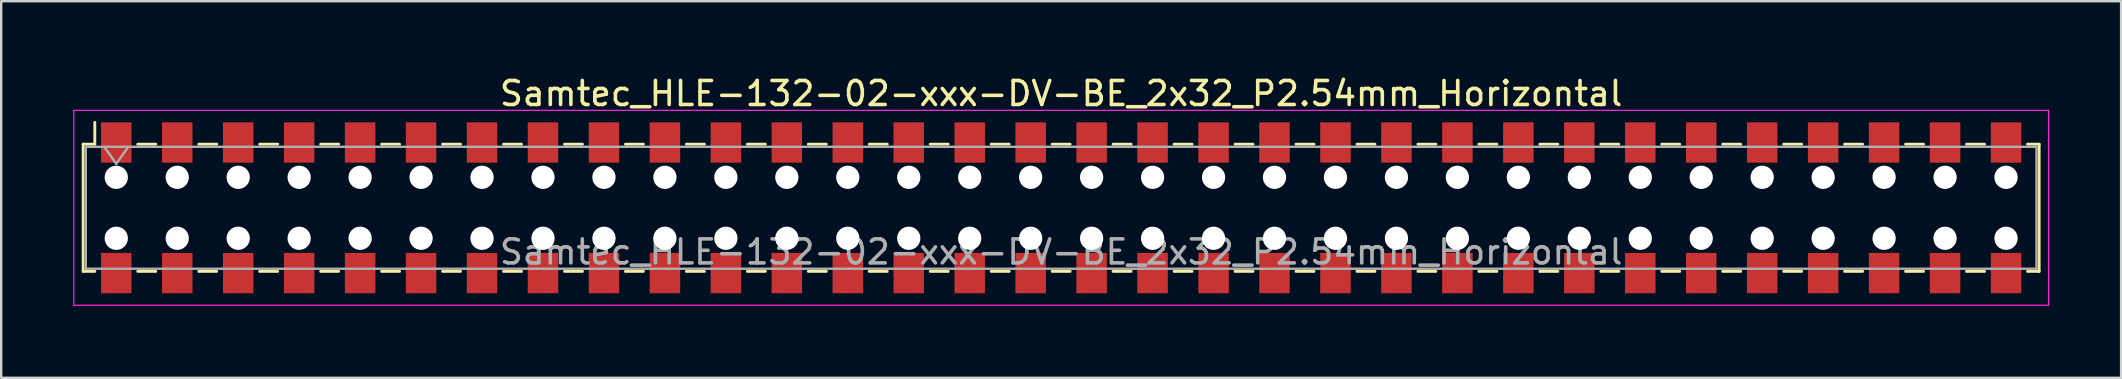
<source format=kicad_pcb>
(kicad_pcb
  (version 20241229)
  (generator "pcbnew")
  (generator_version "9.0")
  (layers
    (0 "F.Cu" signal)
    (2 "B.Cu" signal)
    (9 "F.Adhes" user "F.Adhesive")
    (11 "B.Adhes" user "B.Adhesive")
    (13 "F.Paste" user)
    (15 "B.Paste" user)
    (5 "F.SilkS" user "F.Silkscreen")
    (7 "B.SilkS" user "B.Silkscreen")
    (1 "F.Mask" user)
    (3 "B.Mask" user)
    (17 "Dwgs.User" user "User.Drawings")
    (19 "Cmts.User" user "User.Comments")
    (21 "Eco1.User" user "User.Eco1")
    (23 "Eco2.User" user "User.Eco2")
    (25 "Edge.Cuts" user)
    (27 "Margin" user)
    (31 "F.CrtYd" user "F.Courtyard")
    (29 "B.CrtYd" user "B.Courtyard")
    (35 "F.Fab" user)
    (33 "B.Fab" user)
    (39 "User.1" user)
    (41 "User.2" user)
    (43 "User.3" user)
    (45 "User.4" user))
  (footprint "Samtec_HLE-132-02-xxx-DV-BE_2x32_P2.54mm_Horizontal"
    (layer "F.Cu")
    (at 41.165 5.608)
    (property "Reference" "Samtec_HLE-132-02-xxx-DV-BE_2x32_P2.54mm_Horizontal" (at 0 -4.76 0) (layer "F.SilkS") (effects (font (size 1 1) (thickness 0.15))))
    (attr smd)
    (fp_line (start -40.75 -2.65) (end -40.75 2.65) (stroke (width 0.12) (type solid)) (layer "F.SilkS"))
    (fp_line (start -40.75 2.65) (end -40.265 2.65) (stroke (width 0.12) (type solid)) (layer "F.SilkS"))
    (fp_line (start -40.265 -3.56) (end -40.265 -2.65) (stroke (width 0.12) (type solid)) (layer "F.SilkS"))
    (fp_line (start -40.265 -2.65) (end -40.75 -2.65) (stroke (width 0.12) (type solid)) (layer "F.SilkS"))
    (fp_line (start -38.475 -2.65) (end -37.725 -2.65) (stroke (width 0.12) (type solid)) (layer "F.SilkS"))
    (fp_line (start -38.475 2.65) (end -37.725 2.65) (stroke (width 0.12) (type solid)) (layer "F.SilkS"))
    (fp_line (start -35.935 -2.65) (end -35.185 -2.65) (stroke (width 0.12) (type solid)) (layer "F.SilkS"))
    (fp_line (start -35.935 2.65) (end -35.185 2.65) (stroke (width 0.12) (type solid)) (layer "F.SilkS"))
    (fp_line (start -33.395 -2.65) (end -32.645 -2.65) (stroke (width 0.12) (type solid)) (layer "F.SilkS"))
    (fp_line (start -33.395 2.65) (end -32.645 2.65) (stroke (width 0.12) (type solid)) (layer "F.SilkS"))
    (fp_line (start -30.855 -2.65) (end -30.105 -2.65) (stroke (width 0.12) (type solid)) (layer "F.SilkS"))
    (fp_line (start -30.855 2.65) (end -30.105 2.65) (stroke (width 0.12) (type solid)) (layer "F.SilkS"))
    (fp_line (start -28.315 -2.65) (end -27.565 -2.65) (stroke (width 0.12) (type solid)) (layer "F.SilkS"))
    (fp_line (start -28.315 2.65) (end -27.565 2.65) (stroke (width 0.12) (type solid)) (layer "F.SilkS"))
    (fp_line (start -25.775 -2.65) (end -25.025 -2.65) (stroke (width 0.12) (type solid)) (layer "F.SilkS"))
    (fp_line (start -25.775 2.65) (end -25.025 2.65) (stroke (width 0.12) (type solid)) (layer "F.SilkS"))
    (fp_line (start -23.235 -2.65) (end -22.485 -2.65) (stroke (width 0.12) (type solid)) (layer "F.SilkS"))
    (fp_line (start -23.235 2.65) (end -22.485 2.65) (stroke (width 0.12) (type solid)) (layer "F.SilkS"))
    (fp_line (start -20.695 -2.65) (end -19.945 -2.65) (stroke (width 0.12) (type solid)) (layer "F.SilkS"))
    (fp_line (start -20.695 2.65) (end -19.945 2.65) (stroke (width 0.12) (type solid)) (layer "F.SilkS"))
    (fp_line (start -18.155 -2.65) (end -17.405 -2.65) (stroke (width 0.12) (type solid)) (layer "F.SilkS"))
    (fp_line (start -18.155 2.65) (end -17.405 2.65) (stroke (width 0.12) (type solid)) (layer "F.SilkS"))
    (fp_line (start -15.615 -2.65) (end -14.865 -2.65) (stroke (width 0.12) (type solid)) (layer "F.SilkS"))
    (fp_line (start -15.615 2.65) (end -14.865 2.65) (stroke (width 0.12) (type solid)) (layer "F.SilkS"))
    (fp_line (start -13.075 -2.65) (end -12.325 -2.65) (stroke (width 0.12) (type solid)) (layer "F.SilkS"))
    (fp_line (start -13.075 2.65) (end -12.325 2.65) (stroke (width 0.12) (type solid)) (layer "F.SilkS"))
    (fp_line (start -10.535 -2.65) (end -9.785 -2.65) (stroke (width 0.12) (type solid)) (layer "F.SilkS"))
    (fp_line (start -10.535 2.65) (end -9.785 2.65) (stroke (width 0.12) (type solid)) (layer "F.SilkS"))
    (fp_line (start -7.995 -2.65) (end -7.245 -2.65) (stroke (width 0.12) (type solid)) (layer "F.SilkS"))
    (fp_line (start -7.995 2.65) (end -7.245 2.65) (stroke (width 0.12) (type solid)) (layer "F.SilkS"))
    (fp_line (start -5.455 -2.65) (end -4.705 -2.65) (stroke (width 0.12) (type solid)) (layer "F.SilkS"))
    (fp_line (start -5.455 2.65) (end -4.705 2.65) (stroke (width 0.12) (type solid)) (layer "F.SilkS"))
    (fp_line (start -2.915 -2.65) (end -2.165 -2.65) (stroke (width 0.12) (type solid)) (layer "F.SilkS"))
    (fp_line (start -2.915 2.65) (end -2.165 2.65) (stroke (width 0.12) (type solid)) (layer "F.SilkS"))
    (fp_line (start -0.375 -2.65) (end 0.375 -2.65) (stroke (width 0.12) (type solid)) (layer "F.SilkS"))
    (fp_line (start -0.375 2.65) (end 0.375 2.65) (stroke (width 0.12) (type solid)) (layer "F.SilkS"))
    (fp_line (start 2.165 -2.65) (end 2.915 -2.65) (stroke (width 0.12) (type solid)) (layer "F.SilkS"))
    (fp_line (start 2.165 2.65) (end 2.915 2.65) (stroke (width 0.12) (type solid)) (layer "F.SilkS"))
    (fp_line (start 4.705 -2.65) (end 5.455 -2.65) (stroke (width 0.12) (type solid)) (layer "F.SilkS"))
    (fp_line (start 4.705 2.65) (end 5.455 2.65) (stroke (width 0.12) (type solid)) (layer "F.SilkS"))
    (fp_line (start 7.245 -2.65) (end 7.995 -2.65) (stroke (width 0.12) (type solid)) (layer "F.SilkS"))
    (fp_line (start 7.245 2.65) (end 7.995 2.65) (stroke (width 0.12) (type solid)) (layer "F.SilkS"))
    (fp_line (start 9.785 -2.65) (end 10.535 -2.65) (stroke (width 0.12) (type solid)) (layer "F.SilkS"))
    (fp_line (start 9.785 2.65) (end 10.535 2.65) (stroke (width 0.12) (type solid)) (layer "F.SilkS"))
    (fp_line (start 12.325 -2.65) (end 13.075 -2.65) (stroke (width 0.12) (type solid)) (layer "F.SilkS"))
    (fp_line (start 12.325 2.65) (end 13.075 2.65) (stroke (width 0.12) (type solid)) (layer "F.SilkS"))
    (fp_line (start 14.865 -2.65) (end 15.615 -2.65) (stroke (width 0.12) (type solid)) (layer "F.SilkS"))
    (fp_line (start 14.865 2.65) (end 15.615 2.65) (stroke (width 0.12) (type solid)) (layer "F.SilkS"))
    (fp_line (start 17.405 -2.65) (end 18.155 -2.65) (stroke (width 0.12) (type solid)) (layer "F.SilkS"))
    (fp_line (start 17.405 2.65) (end 18.155 2.65) (stroke (width 0.12) (type solid)) (layer "F.SilkS"))
    (fp_line (start 19.945 -2.65) (end 20.695 -2.65) (stroke (width 0.12) (type solid)) (layer "F.SilkS"))
    (fp_line (start 19.945 2.65) (end 20.695 2.65) (stroke (width 0.12) (type solid)) (layer "F.SilkS"))
    (fp_line (start 22.485 -2.65) (end 23.235 -2.65) (stroke (width 0.12) (type solid)) (layer "F.SilkS"))
    (fp_line (start 22.485 2.65) (end 23.235 2.65) (stroke (width 0.12) (type solid)) (layer "F.SilkS"))
    (fp_line (start 25.025 -2.65) (end 25.775 -2.65) (stroke (width 0.12) (type solid)) (layer "F.SilkS"))
    (fp_line (start 25.025 2.65) (end 25.775 2.65) (stroke (width 0.12) (type solid)) (layer "F.SilkS"))
    (fp_line (start 27.565 -2.65) (end 28.315 -2.65) (stroke (width 0.12) (type solid)) (layer "F.SilkS"))
    (fp_line (start 27.565 2.65) (end 28.315 2.65) (stroke (width 0.12) (type solid)) (layer "F.SilkS"))
    (fp_line (start 30.105 -2.65) (end 30.855 -2.65) (stroke (width 0.12) (type solid)) (layer "F.SilkS"))
    (fp_line (start 30.105 2.65) (end 30.855 2.65) (stroke (width 0.12) (type solid)) (layer "F.SilkS"))
    (fp_line (start 32.645 -2.65) (end 33.395 -2.65) (stroke (width 0.12) (type solid)) (layer "F.SilkS"))
    (fp_line (start 32.645 2.65) (end 33.395 2.65) (stroke (width 0.12) (type solid)) (layer "F.SilkS"))
    (fp_line (start 35.185 -2.65) (end 35.935 -2.65) (stroke (width 0.12) (type solid)) (layer "F.SilkS"))
    (fp_line (start 35.185 2.65) (end 35.935 2.65) (stroke (width 0.12) (type solid)) (layer "F.SilkS"))
    (fp_line (start 37.725 -2.65) (end 38.475 -2.65) (stroke (width 0.12) (type solid)) (layer "F.SilkS"))
    (fp_line (start 37.725 2.65) (end 38.475 2.65) (stroke (width 0.12) (type solid)) (layer "F.SilkS"))
    (fp_line (start 40.265 -2.65) (end 40.75 -2.65) (stroke (width 0.12) (type solid)) (layer "F.SilkS"))
    (fp_line (start 40.75 -2.65) (end 40.75 2.65) (stroke (width 0.12) (type solid)) (layer "F.SilkS"))
    (fp_line (start 40.75 2.65) (end 40.265 2.65) (stroke (width 0.12) (type solid)) (layer "F.SilkS"))
    (fp_line (start -41.14 -4.06) (end 41.14 -4.06) (stroke (width 0.05) (type solid)) (layer "F.CrtYd"))
    (fp_line (start -41.14 4.06) (end -41.14 -4.06) (stroke (width 0.05) (type solid)) (layer "F.CrtYd"))
    (fp_line (start 41.14 -4.06) (end 41.14 4.06) (stroke (width 0.05) (type solid)) (layer "F.CrtYd"))
    (fp_line (start 41.14 4.06) (end -41.14 4.06) (stroke (width 0.05) (type solid)) (layer "F.CrtYd"))
    (fp_line (start -40.64 -2.54) (end 40.64 -2.54) (stroke (width 0.1) (type solid)) (layer "F.Fab"))
    (fp_line (start -40.64 2.54) (end -40.64 -2.54) (stroke (width 0.1) (type solid)) (layer "F.Fab"))
    (fp_line (start -39.87 -2.54) (end -39.37 -1.833) (stroke (width 0.1) (type solid)) (layer "F.Fab"))
    (fp_line (start -39.37 -1.833) (end -38.87 -2.54) (stroke (width 0.1) (type solid)) (layer "F.Fab"))
    (fp_line (start 40.64 -2.54) (end 40.64 2.54) (stroke (width 0.1) (type solid)) (layer "F.Fab"))
    (fp_line (start 40.64 2.54) (end -40.64 2.54) (stroke (width 0.1) (type solid)) (layer "F.Fab"))
    (fp_text user "${REFERENCE}" (at 0 1.84 0) (layer "F.Fab") (effects (font (size 1 1) (thickness 0.15))))
    (pad "" np_thru_hole circle (at -39.37 -1.27) (size 0.97 0.97) (drill 0.97) (layers "*.Cu" "*.Mask"))
    (pad "" np_thru_hole circle (at -39.37 1.27) (size 0.97 0.97) (drill 0.97) (layers "*.Cu" "*.Mask"))
    (pad "" np_thru_hole circle (at -36.83 -1.27) (size 0.97 0.97) (drill 0.97) (layers "*.Cu" "*.Mask"))
    (pad "" np_thru_hole circle (at -36.83 1.27) (size 0.97 0.97) (drill 0.97) (layers "*.Cu" "*.Mask"))
    (pad "" np_thru_hole circle (at -34.29 -1.27) (size 0.97 0.97) (drill 0.97) (layers "*.Cu" "*.Mask"))
    (pad "" np_thru_hole circle (at -34.29 1.27) (size 0.97 0.97) (drill 0.97) (layers "*.Cu" "*.Mask"))
    (pad "" np_thru_hole circle (at -31.75 -1.27) (size 0.97 0.97) (drill 0.97) (layers "*.Cu" "*.Mask"))
    (pad "" np_thru_hole circle (at -31.75 1.27) (size 0.97 0.97) (drill 0.97) (layers "*.Cu" "*.Mask"))
    (pad "" np_thru_hole circle (at -29.21 -1.27) (size 0.97 0.97) (drill 0.97) (layers "*.Cu" "*.Mask"))
    (pad "" np_thru_hole circle (at -29.21 1.27) (size 0.97 0.97) (drill 0.97) (layers "*.Cu" "*.Mask"))
    (pad "" np_thru_hole circle (at -26.67 -1.27) (size 0.97 0.97) (drill 0.97) (layers "*.Cu" "*.Mask"))
    (pad "" np_thru_hole circle (at -26.67 1.27) (size 0.97 0.97) (drill 0.97) (layers "*.Cu" "*.Mask"))
    (pad "" np_thru_hole circle (at -24.13 -1.27) (size 0.97 0.97) (drill 0.97) (layers "*.Cu" "*.Mask"))
    (pad "" np_thru_hole circle (at -24.13 1.27) (size 0.97 0.97) (drill 0.97) (layers "*.Cu" "*.Mask"))
    (pad "" np_thru_hole circle (at -21.59 -1.27) (size 0.97 0.97) (drill 0.97) (layers "*.Cu" "*.Mask"))
    (pad "" np_thru_hole circle (at -21.59 1.27) (size 0.97 0.97) (drill 0.97) (layers "*.Cu" "*.Mask"))
    (pad "" np_thru_hole circle (at -19.05 -1.27) (size 0.97 0.97) (drill 0.97) (layers "*.Cu" "*.Mask"))
    (pad "" np_thru_hole circle (at -19.05 1.27) (size 0.97 0.97) (drill 0.97) (layers "*.Cu" "*.Mask"))
    (pad "" np_thru_hole circle (at -16.51 -1.27) (size 0.97 0.97) (drill 0.97) (layers "*.Cu" "*.Mask"))
    (pad "" np_thru_hole circle (at -16.51 1.27) (size 0.97 0.97) (drill 0.97) (layers "*.Cu" "*.Mask"))
    (pad "" np_thru_hole circle (at -13.97 -1.27) (size 0.97 0.97) (drill 0.97) (layers "*.Cu" "*.Mask"))
    (pad "" np_thru_hole circle (at -13.97 1.27) (size 0.97 0.97) (drill 0.97) (layers "*.Cu" "*.Mask"))
    (pad "" np_thru_hole circle (at -11.43 -1.27) (size 0.97 0.97) (drill 0.97) (layers "*.Cu" "*.Mask"))
    (pad "" np_thru_hole circle (at -11.43 1.27) (size 0.97 0.97) (drill 0.97) (layers "*.Cu" "*.Mask"))
    (pad "" np_thru_hole circle (at -8.89 -1.27) (size 0.97 0.97) (drill 0.97) (layers "*.Cu" "*.Mask"))
    (pad "" np_thru_hole circle (at -8.89 1.27) (size 0.97 0.97) (drill 0.97) (layers "*.Cu" "*.Mask"))
    (pad "" np_thru_hole circle (at -6.35 -1.27) (size 0.97 0.97) (drill 0.97) (layers "*.Cu" "*.Mask"))
    (pad "" np_thru_hole circle (at -6.35 1.27) (size 0.97 0.97) (drill 0.97) (layers "*.Cu" "*.Mask"))
    (pad "" np_thru_hole circle (at -3.81 -1.27) (size 0.97 0.97) (drill 0.97) (layers "*.Cu" "*.Mask"))
    (pad "" np_thru_hole circle (at -3.81 1.27) (size 0.97 0.97) (drill 0.97) (layers "*.Cu" "*.Mask"))
    (pad "" np_thru_hole circle (at -1.27 -1.27) (size 0.97 0.97) (drill 0.97) (layers "*.Cu" "*.Mask"))
    (pad "" np_thru_hole circle (at -1.27 1.27) (size 0.97 0.97) (drill 0.97) (layers "*.Cu" "*.Mask"))
    (pad "" np_thru_hole circle (at 1.27 -1.27) (size 0.97 0.97) (drill 0.97) (layers "*.Cu" "*.Mask"))
    (pad "" np_thru_hole circle (at 1.27 1.27) (size 0.97 0.97) (drill 0.97) (layers "*.Cu" "*.Mask"))
    (pad "" np_thru_hole circle (at 3.81 -1.27) (size 0.97 0.97) (drill 0.97) (layers "*.Cu" "*.Mask"))
    (pad "" np_thru_hole circle (at 3.81 1.27) (size 0.97 0.97) (drill 0.97) (layers "*.Cu" "*.Mask"))
    (pad "" np_thru_hole circle (at 6.35 -1.27) (size 0.97 0.97) (drill 0.97) (layers "*.Cu" "*.Mask"))
    (pad "" np_thru_hole circle (at 6.35 1.27) (size 0.97 0.97) (drill 0.97) (layers "*.Cu" "*.Mask"))
    (pad "" np_thru_hole circle (at 8.89 -1.27) (size 0.97 0.97) (drill 0.97) (layers "*.Cu" "*.Mask"))
    (pad "" np_thru_hole circle (at 8.89 1.27) (size 0.97 0.97) (drill 0.97) (layers "*.Cu" "*.Mask"))
    (pad "" np_thru_hole circle (at 11.43 -1.27) (size 0.97 0.97) (drill 0.97) (layers "*.Cu" "*.Mask"))
    (pad "" np_thru_hole circle (at 11.43 1.27) (size 0.97 0.97) (drill 0.97) (layers "*.Cu" "*.Mask"))
    (pad "" np_thru_hole circle (at 13.97 -1.27) (size 0.97 0.97) (drill 0.97) (layers "*.Cu" "*.Mask"))
    (pad "" np_thru_hole circle (at 13.97 1.27) (size 0.97 0.97) (drill 0.97) (layers "*.Cu" "*.Mask"))
    (pad "" np_thru_hole circle (at 16.51 -1.27) (size 0.97 0.97) (drill 0.97) (layers "*.Cu" "*.Mask"))
    (pad "" np_thru_hole circle (at 16.51 1.27) (size 0.97 0.97) (drill 0.97) (layers "*.Cu" "*.Mask"))
    (pad "" np_thru_hole circle (at 19.05 -1.27) (size 0.97 0.97) (drill 0.97) (layers "*.Cu" "*.Mask"))
    (pad "" np_thru_hole circle (at 19.05 1.27) (size 0.97 0.97) (drill 0.97) (layers "*.Cu" "*.Mask"))
    (pad "" np_thru_hole circle (at 21.59 -1.27) (size 0.97 0.97) (drill 0.97) (layers "*.Cu" "*.Mask"))
    (pad "" np_thru_hole circle (at 21.59 1.27) (size 0.97 0.97) (drill 0.97) (layers "*.Cu" "*.Mask"))
    (pad "" np_thru_hole circle (at 24.13 -1.27) (size 0.97 0.97) (drill 0.97) (layers "*.Cu" "*.Mask"))
    (pad "" np_thru_hole circle (at 24.13 1.27) (size 0.97 0.97) (drill 0.97) (layers "*.Cu" "*.Mask"))
    (pad "" np_thru_hole circle (at 26.67 -1.27) (size 0.97 0.97) (drill 0.97) (layers "*.Cu" "*.Mask"))
    (pad "" np_thru_hole circle (at 26.67 1.27) (size 0.97 0.97) (drill 0.97) (layers "*.Cu" "*.Mask"))
    (pad "" np_thru_hole circle (at 29.21 -1.27) (size 0.97 0.97) (drill 0.97) (layers "*.Cu" "*.Mask"))
    (pad "" np_thru_hole circle (at 29.21 1.27) (size 0.97 0.97) (drill 0.97) (layers "*.Cu" "*.Mask"))
    (pad "" np_thru_hole circle (at 31.75 -1.27) (size 0.97 0.97) (drill 0.97) (layers "*.Cu" "*.Mask"))
    (pad "" np_thru_hole circle (at 31.75 1.27) (size 0.97 0.97) (drill 0.97) (layers "*.Cu" "*.Mask"))
    (pad "" np_thru_hole circle (at 34.29 -1.27) (size 0.97 0.97) (drill 0.97) (layers "*.Cu" "*.Mask"))
    (pad "" np_thru_hole circle (at 34.29 1.27) (size 0.97 0.97) (drill 0.97) (layers "*.Cu" "*.Mask"))
    (pad "" np_thru_hole circle (at 36.83 -1.27) (size 0.97 0.97) (drill 0.97) (layers "*.Cu" "*.Mask"))
    (pad "" np_thru_hole circle (at 36.83 1.27) (size 0.97 0.97) (drill 0.97) (layers "*.Cu" "*.Mask"))
    (pad "" np_thru_hole circle (at 39.37 -1.27) (size 0.97 0.97) (drill 0.97) (layers "*.Cu" "*.Mask"))
    (pad "" np_thru_hole circle (at 39.37 1.27) (size 0.97 0.97) (drill 0.97) (layers "*.Cu" "*.Mask"))
    (pad "1" smd rect (at -39.37 -2.72) (size 1.27 1.68) (layers "F.Cu" "F.Mask" "F.Paste"))
    (pad "2" smd rect (at -39.37 2.72) (size 1.27 1.68) (layers "F.Cu" "F.Mask" "F.Paste"))
    (pad "3" smd rect (at -36.83 -2.72) (size 1.27 1.68) (layers "F.Cu" "F.Mask" "F.Paste"))
    (pad "4" smd rect (at -36.83 2.72) (size 1.27 1.68) (layers "F.Cu" "F.Mask" "F.Paste"))
    (pad "5" smd rect (at -34.29 -2.72) (size 1.27 1.68) (layers "F.Cu" "F.Mask" "F.Paste"))
    (pad "6" smd rect (at -34.29 2.72) (size 1.27 1.68) (layers "F.Cu" "F.Mask" "F.Paste"))
    (pad "7" smd rect (at -31.75 -2.72) (size 1.27 1.68) (layers "F.Cu" "F.Mask" "F.Paste"))
    (pad "8" smd rect (at -31.75 2.72) (size 1.27 1.68) (layers "F.Cu" "F.Mask" "F.Paste"))
    (pad "9" smd rect (at -29.21 -2.72) (size 1.27 1.68) (layers "F.Cu" "F.Mask" "F.Paste"))
    (pad "10" smd rect (at -29.21 2.72) (size 1.27 1.68) (layers "F.Cu" "F.Mask" "F.Paste"))
    (pad "11" smd rect (at -26.67 -2.72) (size 1.27 1.68) (layers "F.Cu" "F.Mask" "F.Paste"))
    (pad "12" smd rect (at -26.67 2.72) (size 1.27 1.68) (layers "F.Cu" "F.Mask" "F.Paste"))
    (pad "13" smd rect (at -24.13 -2.72) (size 1.27 1.68) (layers "F.Cu" "F.Mask" "F.Paste"))
    (pad "14" smd rect (at -24.13 2.72) (size 1.27 1.68) (layers "F.Cu" "F.Mask" "F.Paste"))
    (pad "15" smd rect (at -21.59 -2.72) (size 1.27 1.68) (layers "F.Cu" "F.Mask" "F.Paste"))
    (pad "16" smd rect (at -21.59 2.72) (size 1.27 1.68) (layers "F.Cu" "F.Mask" "F.Paste"))
    (pad "17" smd rect (at -19.05 -2.72) (size 1.27 1.68) (layers "F.Cu" "F.Mask" "F.Paste"))
    (pad "18" smd rect (at -19.05 2.72) (size 1.27 1.68) (layers "F.Cu" "F.Mask" "F.Paste"))
    (pad "19" smd rect (at -16.51 -2.72) (size 1.27 1.68) (layers "F.Cu" "F.Mask" "F.Paste"))
    (pad "20" smd rect (at -16.51 2.72) (size 1.27 1.68) (layers "F.Cu" "F.Mask" "F.Paste"))
    (pad "21" smd rect (at -13.97 -2.72) (size 1.27 1.68) (layers "F.Cu" "F.Mask" "F.Paste"))
    (pad "22" smd rect (at -13.97 2.72) (size 1.27 1.68) (layers "F.Cu" "F.Mask" "F.Paste"))
    (pad "23" smd rect (at -11.43 -2.72) (size 1.27 1.68) (layers "F.Cu" "F.Mask" "F.Paste"))
    (pad "24" smd rect (at -11.43 2.72) (size 1.27 1.68) (layers "F.Cu" "F.Mask" "F.Paste"))
    (pad "25" smd rect (at -8.89 -2.72) (size 1.27 1.68) (layers "F.Cu" "F.Mask" "F.Paste"))
    (pad "26" smd rect (at -8.89 2.72) (size 1.27 1.68) (layers "F.Cu" "F.Mask" "F.Paste"))
    (pad "27" smd rect (at -6.35 -2.72) (size 1.27 1.68) (layers "F.Cu" "F.Mask" "F.Paste"))
    (pad "28" smd rect (at -6.35 2.72) (size 1.27 1.68) (layers "F.Cu" "F.Mask" "F.Paste"))
    (pad "29" smd rect (at -3.81 -2.72) (size 1.27 1.68) (layers "F.Cu" "F.Mask" "F.Paste"))
    (pad "30" smd rect (at -3.81 2.72) (size 1.27 1.68) (layers "F.Cu" "F.Mask" "F.Paste"))
    (pad "31" smd rect (at -1.27 -2.72) (size 1.27 1.68) (layers "F.Cu" "F.Mask" "F.Paste"))
    (pad "32" smd rect (at -1.27 2.72) (size 1.27 1.68) (layers "F.Cu" "F.Mask" "F.Paste"))
    (pad "33" smd rect (at 1.27 -2.72) (size 1.27 1.68) (layers "F.Cu" "F.Mask" "F.Paste"))
    (pad "34" smd rect (at 1.27 2.72) (size 1.27 1.68) (layers "F.Cu" "F.Mask" "F.Paste"))
    (pad "35" smd rect (at 3.81 -2.72) (size 1.27 1.68) (layers "F.Cu" "F.Mask" "F.Paste"))
    (pad "36" smd rect (at 3.81 2.72) (size 1.27 1.68) (layers "F.Cu" "F.Mask" "F.Paste"))
    (pad "37" smd rect (at 6.35 -2.72) (size 1.27 1.68) (layers "F.Cu" "F.Mask" "F.Paste"))
    (pad "38" smd rect (at 6.35 2.72) (size 1.27 1.68) (layers "F.Cu" "F.Mask" "F.Paste"))
    (pad "39" smd rect (at 8.89 -2.72) (size 1.27 1.68) (layers "F.Cu" "F.Mask" "F.Paste"))
    (pad "40" smd rect (at 8.89 2.72) (size 1.27 1.68) (layers "F.Cu" "F.Mask" "F.Paste"))
    (pad "41" smd rect (at 11.43 -2.72) (size 1.27 1.68) (layers "F.Cu" "F.Mask" "F.Paste"))
    (pad "42" smd rect (at 11.43 2.72) (size 1.27 1.68) (layers "F.Cu" "F.Mask" "F.Paste"))
    (pad "43" smd rect (at 13.97 -2.72) (size 1.27 1.68) (layers "F.Cu" "F.Mask" "F.Paste"))
    (pad "44" smd rect (at 13.97 2.72) (size 1.27 1.68) (layers "F.Cu" "F.Mask" "F.Paste"))
    (pad "45" smd rect (at 16.51 -2.72) (size 1.27 1.68) (layers "F.Cu" "F.Mask" "F.Paste"))
    (pad "46" smd rect (at 16.51 2.72) (size 1.27 1.68) (layers "F.Cu" "F.Mask" "F.Paste"))
    (pad "47" smd rect (at 19.05 -2.72) (size 1.27 1.68) (layers "F.Cu" "F.Mask" "F.Paste"))
    (pad "48" smd rect (at 19.05 2.72) (size 1.27 1.68) (layers "F.Cu" "F.Mask" "F.Paste"))
    (pad "49" smd rect (at 21.59 -2.72) (size 1.27 1.68) (layers "F.Cu" "F.Mask" "F.Paste"))
    (pad "50" smd rect (at 21.59 2.72) (size 1.27 1.68) (layers "F.Cu" "F.Mask" "F.Paste"))
    (pad "51" smd rect (at 24.13 -2.72) (size 1.27 1.68) (layers "F.Cu" "F.Mask" "F.Paste"))
    (pad "52" smd rect (at 24.13 2.72) (size 1.27 1.68) (layers "F.Cu" "F.Mask" "F.Paste"))
    (pad "53" smd rect (at 26.67 -2.72) (size 1.27 1.68) (layers "F.Cu" "F.Mask" "F.Paste"))
    (pad "54" smd rect (at 26.67 2.72) (size 1.27 1.68) (layers "F.Cu" "F.Mask" "F.Paste"))
    (pad "55" smd rect (at 29.21 -2.72) (size 1.27 1.68) (layers "F.Cu" "F.Mask" "F.Paste"))
    (pad "56" smd rect (at 29.21 2.72) (size 1.27 1.68) (layers "F.Cu" "F.Mask" "F.Paste"))
    (pad "57" smd rect (at 31.75 -2.72) (size 1.27 1.68) (layers "F.Cu" "F.Mask" "F.Paste"))
    (pad "58" smd rect (at 31.75 2.72) (size 1.27 1.68) (layers "F.Cu" "F.Mask" "F.Paste"))
    (pad "59" smd rect (at 34.29 -2.72) (size 1.27 1.68) (layers "F.Cu" "F.Mask" "F.Paste"))
    (pad "60" smd rect (at 34.29 2.72) (size 1.27 1.68) (layers "F.Cu" "F.Mask" "F.Paste"))
    (pad "61" smd rect (at 36.83 -2.72) (size 1.27 1.68) (layers "F.Cu" "F.Mask" "F.Paste"))
    (pad "62" smd rect (at 36.83 2.72) (size 1.27 1.68) (layers "F.Cu" "F.Mask" "F.Paste"))
    (pad "63" smd rect (at 39.37 -2.72) (size 1.27 1.68) (layers "F.Cu" "F.Mask" "F.Paste"))
    (pad "64" smd rect (at 39.37 2.72) (size 1.27 1.68) (layers "F.Cu" "F.Mask" "F.Paste")))
  (gr_rect
    (start -3 -3)
    (end 85.33 12.693)
    (stroke (width 0.1) (type default))
    (fill no)
    (layer "Edge.Cuts")))
</source>
